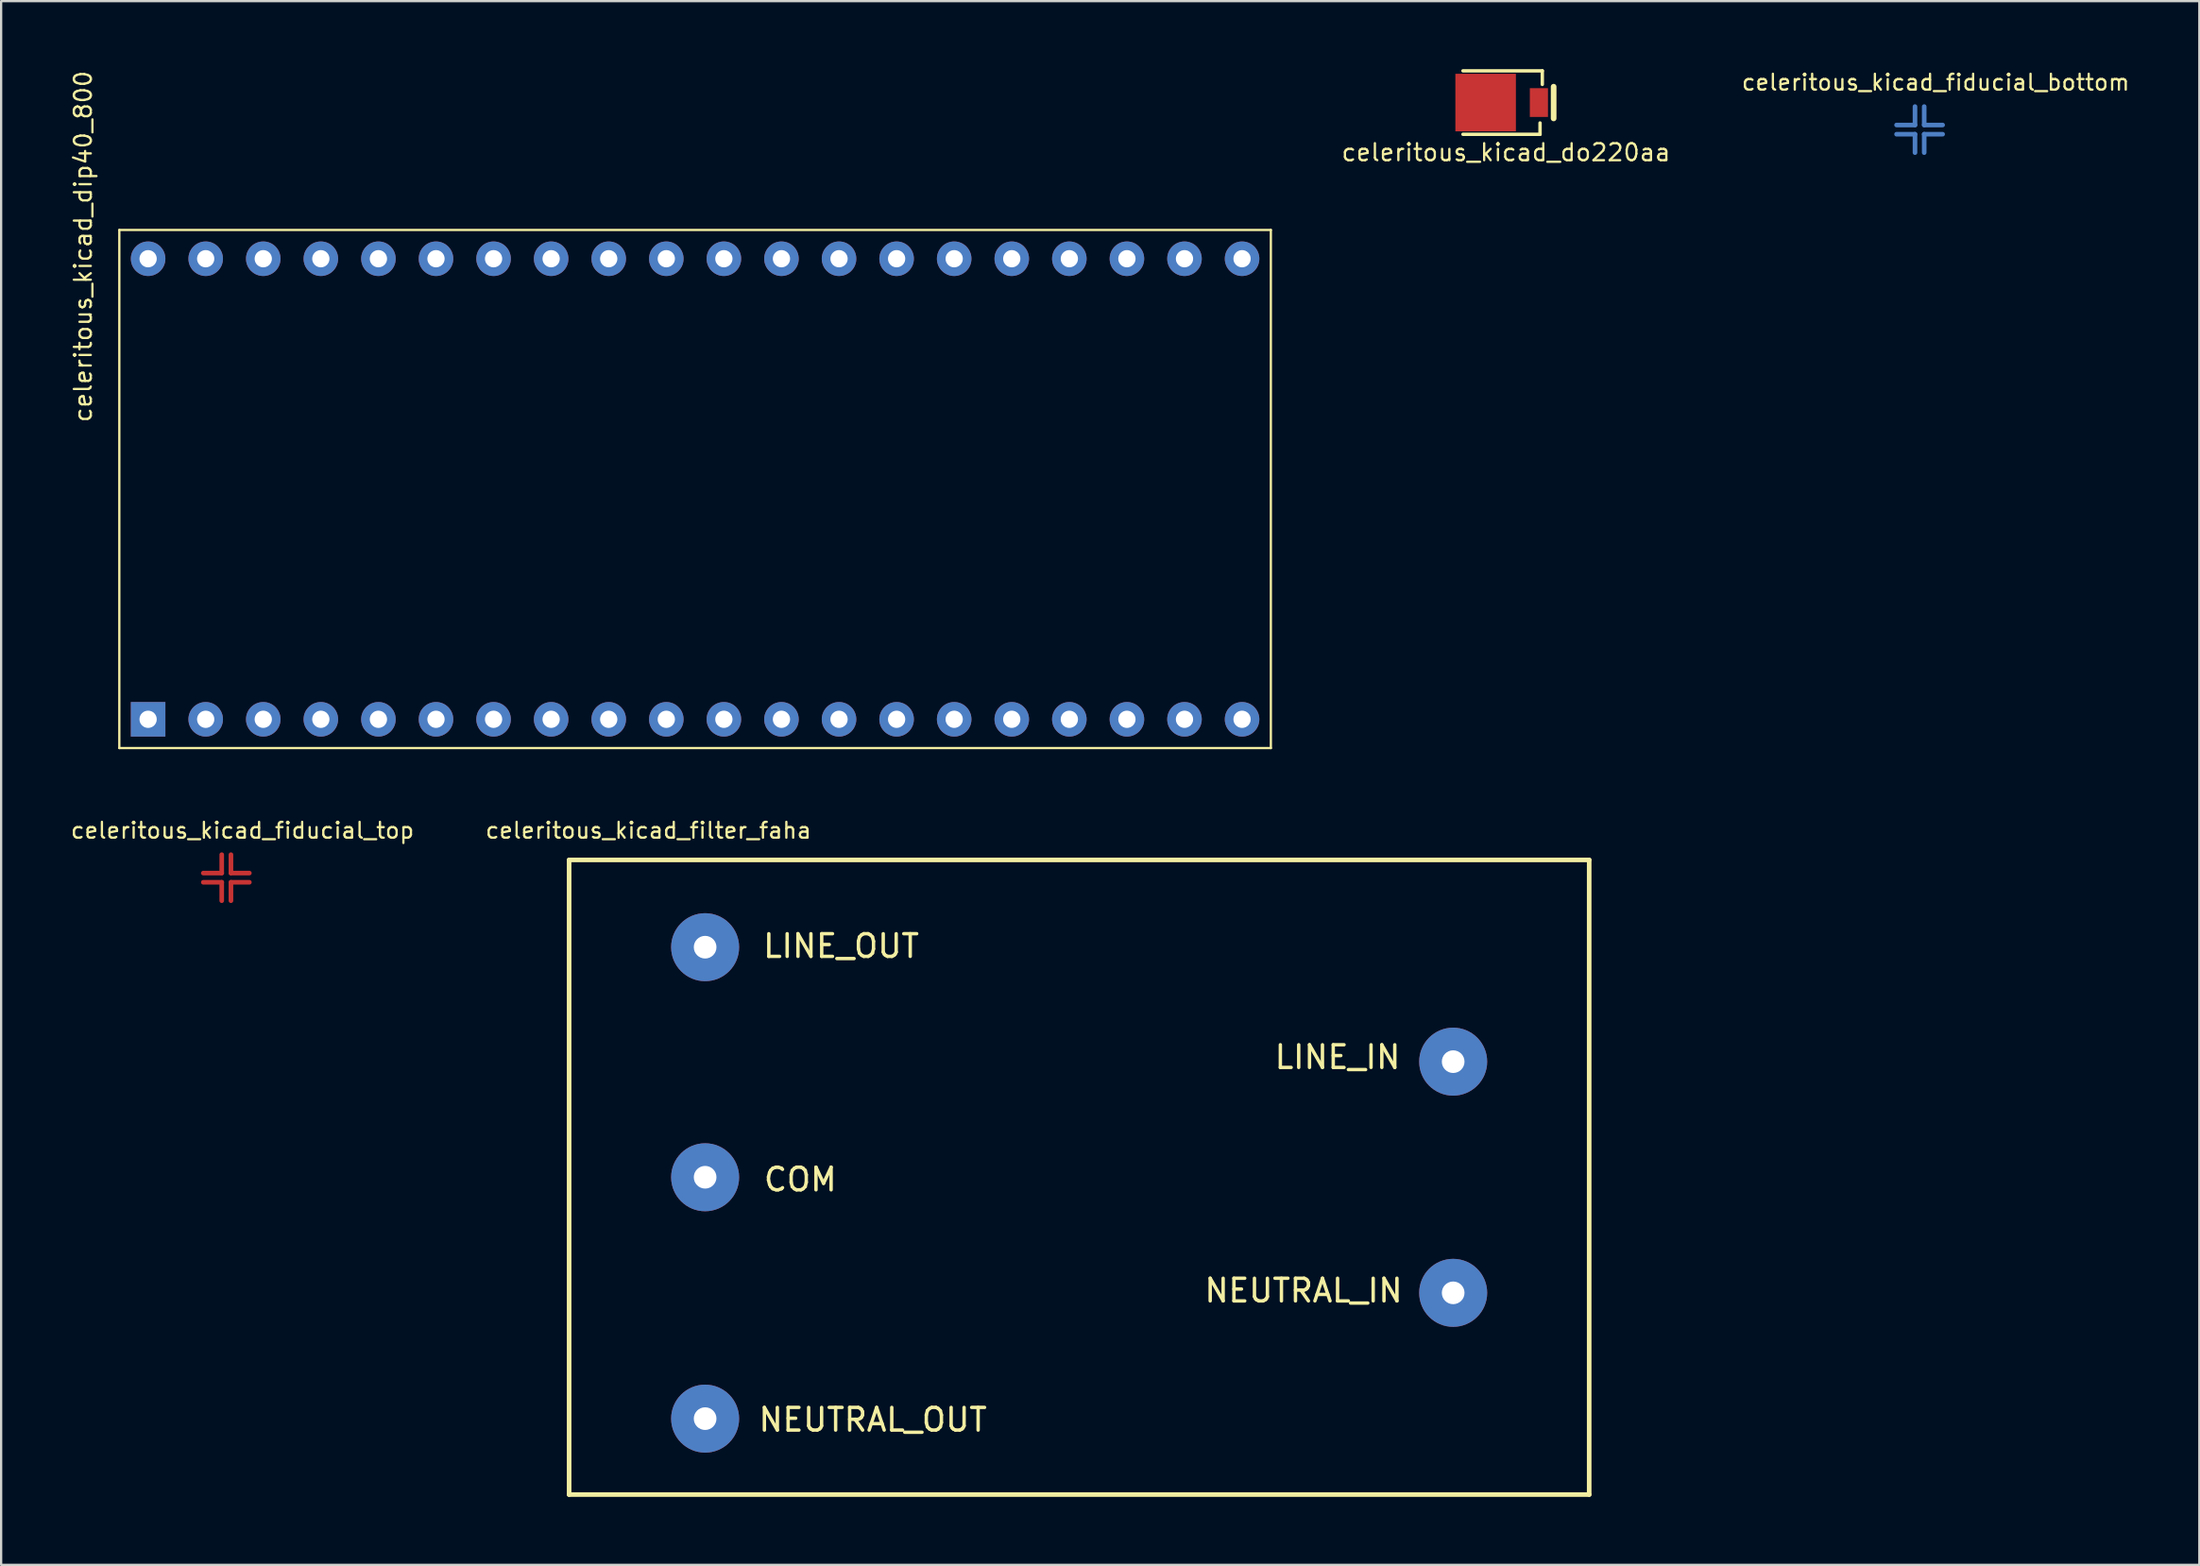
<source format=kicad_pcb>
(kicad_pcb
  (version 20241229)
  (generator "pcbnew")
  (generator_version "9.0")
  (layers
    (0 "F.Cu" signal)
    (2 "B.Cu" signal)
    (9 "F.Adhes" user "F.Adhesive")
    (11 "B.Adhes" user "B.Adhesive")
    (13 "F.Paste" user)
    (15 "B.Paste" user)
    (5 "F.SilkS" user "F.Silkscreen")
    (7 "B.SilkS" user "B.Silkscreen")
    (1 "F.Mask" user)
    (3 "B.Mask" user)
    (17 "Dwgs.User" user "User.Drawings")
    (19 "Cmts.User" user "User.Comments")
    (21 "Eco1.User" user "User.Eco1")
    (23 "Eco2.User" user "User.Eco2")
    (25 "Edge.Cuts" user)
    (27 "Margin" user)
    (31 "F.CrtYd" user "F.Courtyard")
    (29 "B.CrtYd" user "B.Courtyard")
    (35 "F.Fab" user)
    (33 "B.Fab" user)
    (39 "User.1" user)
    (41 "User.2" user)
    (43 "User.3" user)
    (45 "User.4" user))
  (footprint "celeritous_kicad_fiducial_top"
    (layer "F.Cu")
    (at 6.935 35.673)
    (property "Reference" "celeritous_kicad_fiducial_top" (at 0.711 -2.083 0) (layer "F.SilkS") (effects (font (size 0.7 0.7) (thickness 0.1))))
    (attr through_hole)
    (fp_line (start -0.203 -0.203) (end -1.016 -0.203) (stroke (width 0.203) (type solid)) (layer "F.Cu"))
    (fp_line (start -0.203 -0.203) (end -0.203 -1.016) (stroke (width 0.203) (type solid)) (layer "F.Cu"))
    (fp_line (start -0.203 0.203) (end -1.016 0.203) (stroke (width 0.203) (type solid)) (layer "F.Cu"))
    (fp_line (start -0.203 0.203) (end -0.203 1.016) (stroke (width 0.203) (type solid)) (layer "F.Cu"))
    (fp_line (start 0.203 -0.203) (end 0.203 -1.016) (stroke (width 0.203) (type solid)) (layer "F.Cu"))
    (fp_line (start 0.203 -0.203) (end 1.016 -0.203) (stroke (width 0.203) (type solid)) (layer "F.Cu"))
    (fp_line (start 0.203 0.203) (end 0.203 1.016) (stroke (width 0.203) (type solid)) (layer "F.Cu"))
    (fp_line (start 0.203 0.203) (end 1.016 0.203) (stroke (width 0.203) (type solid)) (layer "F.Cu"))
    (pad "" smd circle (at 0 0) (size 2.54 2.54) (layers "F.Mask")))
  (footprint "celeritous_kicad_do220aa"
    (layer "F.Cu")
    (at 62.489 1.475)
    (property "Reference" "celeritous_kicad_do220aa" (at 0.9 2.2 0) (layer "F.SilkS") (effects (font (size 0.75 0.75) (thickness 0.1))))
    (attr through_hole)
    (fp_line (start -1 -1.4) (end 2.5 -1.4) (stroke (width 0.15) (type solid)) (layer "F.SilkS"))
    (fp_line (start -1 1.4) (end 2.4 1.4) (stroke (width 0.15) (type solid)) (layer "F.SilkS"))
    (fp_line (start 2.4 1.4) (end 2.4 0.9) (stroke (width 0.15) (type solid)) (layer "F.SilkS"))
    (fp_line (start 2.5 -1.4) (end 2.5 -0.8) (stroke (width 0.15) (type solid)) (layer "F.SilkS"))
    (fp_line (start 3 -0.7) (end 3 0.7) (stroke (width 0.25) (type solid)) (layer "F.SilkS"))
    (pad "A" smd rect (at 0 0) (size 2.67 2.54) (layers "F.Cu" "F.Mask" "F.Paste"))
    (pad "K" smd rect (at 2.35 0) (size 0.8 1.27) (layers "F.Cu" "F.Mask" "F.Paste")))
  (footprint "celeritous_kicad_dip40_800"
    (layer "F.Cu")
    (at 27.614 18.525)
    (property "Reference" "celeritous_kicad_dip40_800" (at -27 -10.7 270) (layer "F.SilkS") (effects (font (size 0.75 0.75) (thickness 0.1))))
    (attr through_hole)
    (fp_line (start -25.4 -11.43) (end -25.4 11.43) (stroke (width 0.1) (type solid)) (layer "F.SilkS"))
    (fp_line (start -25.4 11.43) (end 25.4 11.43) (stroke (width 0.1) (type solid)) (layer "F.SilkS"))
    (fp_line (start 25.4 -11.43) (end -25.4 -11.43) (stroke (width 0.1) (type solid)) (layer "F.SilkS"))
    (fp_line (start 25.4 11.43) (end 25.4 -11.43) (stroke (width 0.1) (type solid)) (layer "F.SilkS"))
    (pad "1" thru_hole rect (at -24.13 10.16) (size 1.524 1.524) (drill 0.762) (layers "*.Cu" "*.Mask"))
    (pad "2" thru_hole circle (at -21.59 10.16) (size 1.524 1.524) (drill 0.762) (layers "*.Cu" "*.Mask"))
    (pad "3" thru_hole circle (at -19.05 10.16) (size 1.524 1.524) (drill 0.762) (layers "*.Cu" "*.Mask"))
    (pad "4" thru_hole circle (at -16.51 10.16) (size 1.524 1.524) (drill 0.762) (layers "*.Cu" "*.Mask"))
    (pad "5" thru_hole circle (at -13.97 10.16) (size 1.524 1.524) (drill 0.762) (layers "*.Cu" "*.Mask"))
    (pad "6" thru_hole circle (at -11.43 10.16) (size 1.524 1.524) (drill 0.762) (layers "*.Cu" "*.Mask"))
    (pad "7" thru_hole circle (at -8.89 10.16) (size 1.524 1.524) (drill 0.762) (layers "*.Cu" "*.Mask"))
    (pad "8" thru_hole circle (at -6.35 10.16) (size 1.524 1.524) (drill 0.762) (layers "*.Cu" "*.Mask"))
    (pad "9" thru_hole circle (at -3.81 10.16) (size 1.524 1.524) (drill 0.762) (layers "*.Cu" "*.Mask"))
    (pad "10" thru_hole circle (at -1.27 10.16) (size 1.524 1.524) (drill 0.762) (layers "*.Cu" "*.Mask"))
    (pad "11" thru_hole circle (at 1.27 10.16) (size 1.524 1.524) (drill 0.762) (layers "*.Cu" "*.Mask"))
    (pad "12" thru_hole circle (at 3.81 10.16) (size 1.524 1.524) (drill 0.762) (layers "*.Cu" "*.Mask"))
    (pad "13" thru_hole circle (at 6.35 10.16) (size 1.524 1.524) (drill 0.762) (layers "*.Cu" "*.Mask"))
    (pad "14" thru_hole circle (at 8.89 10.16) (size 1.524 1.524) (drill 0.762) (layers "*.Cu" "*.Mask"))
    (pad "15" thru_hole circle (at 11.43 10.16) (size 1.524 1.524) (drill 0.762) (layers "*.Cu" "*.Mask"))
    (pad "16" thru_hole circle (at 13.97 10.16) (size 1.524 1.524) (drill 0.762) (layers "*.Cu" "*.Mask"))
    (pad "17" thru_hole circle (at 16.51 10.16) (size 1.524 1.524) (drill 0.762) (layers "*.Cu" "*.Mask"))
    (pad "18" thru_hole circle (at 19.05 10.16) (size 1.524 1.524) (drill 0.762) (layers "*.Cu" "*.Mask"))
    (pad "19" thru_hole circle (at 21.59 10.16) (size 1.524 1.524) (drill 0.762) (layers "*.Cu" "*.Mask"))
    (pad "20" thru_hole circle (at 24.13 10.16) (size 1.524 1.524) (drill 0.762) (layers "*.Cu" "*.Mask"))
    (pad "21" thru_hole circle (at 24.13 -10.16) (size 1.524 1.524) (drill 0.762) (layers "*.Cu" "*.Mask"))
    (pad "22" thru_hole circle (at 21.59 -10.16) (size 1.524 1.524) (drill 0.762) (layers "*.Cu" "*.Mask"))
    (pad "23" thru_hole circle (at 19.05 -10.16) (size 1.524 1.524) (drill 0.762) (layers "*.Cu" "*.Mask"))
    (pad "24" thru_hole circle (at 16.51 -10.16) (size 1.524 1.524) (drill 0.762) (layers "*.Cu" "*.Mask"))
    (pad "25" thru_hole circle (at 13.97 -10.16) (size 1.524 1.524) (drill 0.762) (layers "*.Cu" "*.Mask"))
    (pad "26" thru_hole circle (at 11.43 -10.16) (size 1.524 1.524) (drill 0.762) (layers "*.Cu" "*.Mask"))
    (pad "27" thru_hole circle (at 8.89 -10.16) (size 1.524 1.524) (drill 0.762) (layers "*.Cu" "*.Mask"))
    (pad "28" thru_hole circle (at 6.35 -10.16) (size 1.524 1.524) (drill 0.762) (layers "*.Cu" "*.Mask"))
    (pad "29" thru_hole circle (at 3.81 -10.16) (size 1.524 1.524) (drill 0.762) (layers "*.Cu" "*.Mask"))
    (pad "30" thru_hole circle (at 1.27 -10.16) (size 1.524 1.524) (drill 0.762) (layers "*.Cu" "*.Mask"))
    (pad "31" thru_hole circle (at -1.27 -10.16) (size 1.524 1.524) (drill 0.762) (layers "*.Cu" "*.Mask"))
    (pad "32" thru_hole circle (at -3.81 -10.16) (size 1.524 1.524) (drill 0.762) (layers "*.Cu" "*.Mask"))
    (pad "33" thru_hole circle (at -6.35 -10.16) (size 1.524 1.524) (drill 0.762) (layers "*.Cu" "*.Mask"))
    (pad "34" thru_hole circle (at -8.89 -10.16) (size 1.524 1.524) (drill 0.762) (layers "*.Cu" "*.Mask"))
    (pad "35" thru_hole circle (at -11.43 -10.16) (size 1.524 1.524) (drill 0.762) (layers "*.Cu" "*.Mask"))
    (pad "36" thru_hole circle (at -13.97 -10.16) (size 1.524 1.524) (drill 0.762) (layers "*.Cu" "*.Mask"))
    (pad "37" thru_hole circle (at -16.51 -10.16) (size 1.524 1.524) (drill 0.762) (layers "*.Cu" "*.Mask"))
    (pad "38" thru_hole circle (at -19.05 -10.16) (size 1.524 1.524) (drill 0.762) (layers "*.Cu" "*.Mask"))
    (pad "39" thru_hole circle (at -21.59 -10.16) (size 1.524 1.524) (drill 0.762) (layers "*.Cu" "*.Mask"))
    (pad "40" thru_hole circle (at -24.13 -10.16) (size 1.524 1.524) (drill 0.762) (layers "*.Cu" "*.Mask")))
  (footprint "celeritous_kicad_fiducial_bottom"
    (layer "F.Cu")
    (at 81.633 2.668)
    (property "Reference" "celeritous_kicad_fiducial_bottom" (at 0.711 -2.083 0) (layer "F.SilkS") (effects (font (size 0.7 0.7) (thickness 0.1))))
    (attr through_hole)
    (fp_line (start -0.203 -0.203) (end -1.016 -0.203) (stroke (width 0.203) (type solid)) (layer "B.Cu"))
    (fp_line (start -0.203 -0.203) (end -0.203 -1.016) (stroke (width 0.203) (type solid)) (layer "B.Cu"))
    (fp_line (start -0.203 0.203) (end -1.016 0.203) (stroke (width 0.203) (type solid)) (layer "B.Cu"))
    (fp_line (start -0.203 0.203) (end -0.203 1.016) (stroke (width 0.203) (type solid)) (layer "B.Cu"))
    (fp_line (start 0.203 -0.203) (end 0.203 -1.016) (stroke (width 0.203) (type solid)) (layer "B.Cu"))
    (fp_line (start 0.203 -0.203) (end 1.016 -0.203) (stroke (width 0.203) (type solid)) (layer "B.Cu"))
    (fp_line (start 0.203 0.203) (end 0.203 1.016) (stroke (width 0.203) (type solid)) (layer "B.Cu"))
    (fp_line (start 0.203 0.203) (end 1.016 0.203) (stroke (width 0.203) (type solid)) (layer "B.Cu"))
    (pad "" smd circle (at 0 0) (size 2.54 2.54) (layers "B.Mask")))
  (footprint "celeritous_kicad_filter_faha"
    (layer "F.Cu")
    (at 44.557 48.89)
    (property "Reference" "celeritous_kicad_filter_faha" (at -19 -15.3 0) (layer "F.SilkS") (effects (font (size 0.7 0.7) (thickness 0.1))))
    (attr through_hole)
    (fp_line (start -22.5 -14) (end -22.5 14) (stroke (width 0.203) (type solid)) (layer "F.SilkS"))
    (fp_line (start -22.5 14) (end 22.5 14) (stroke (width 0.203) (type solid)) (layer "F.SilkS"))
    (fp_line (start 22.5 -14) (end -22.5 -14) (stroke (width 0.203) (type solid)) (layer "F.SilkS"))
    (fp_line (start 22.5 14) (end 22.5 -14) (stroke (width 0.203) (type solid)) (layer "F.SilkS"))
    (fp_text user "LINE_OUT" (at -10.5 -10.2 0) (layer "F.SilkS") (effects (font (size 1 1) (thickness 0.15))))
    (fp_text user "COM" (at -12.3 0.1 0) (layer "F.SilkS") (effects (font (size 1 1) (thickness 0.15))))
    (fp_text user "NEUTRAL_IN" (at 9.9 5 0) (layer "F.SilkS") (effects (font (size 1 1) (thickness 0.15))))
    (fp_text user "NEUTRAL_OUT" (at -9.1 10.7 0) (layer "F.SilkS") (effects (font (size 1 1) (thickness 0.15))))
    (fp_text user "LINE_IN" (at 11.4 -5.3 0) (layer "F.SilkS") (effects (font (size 1 1) (thickness 0.15))))
    (pad "1" thru_hole circle (at 16.5 -5.1) (size 3 3) (drill 1) (layers "*.Cu" "*.Mask"))
    (pad "2" thru_hole circle (at 16.5 5.1) (size 3 3) (drill 1) (layers "*.Cu" "*.Mask"))
    (pad "3" thru_hole circle (at -16.5 10.65) (size 3 3) (drill 1) (layers "*.Cu" "*.Mask"))
    (pad "4" thru_hole circle (at -16.5 0) (size 3 3) (drill 1) (layers "*.Cu" "*.Mask"))
    (pad "5" thru_hole circle (at -16.5 -10.15) (size 3 3) (drill 1) (layers "*.Cu" "*.Mask")))
  (gr_rect
    (start -3 -3)
    (end 93.974 65.992)
    (stroke (width 0.1) (type default))
    (fill no)
    (layer "Edge.Cuts")))
</source>
